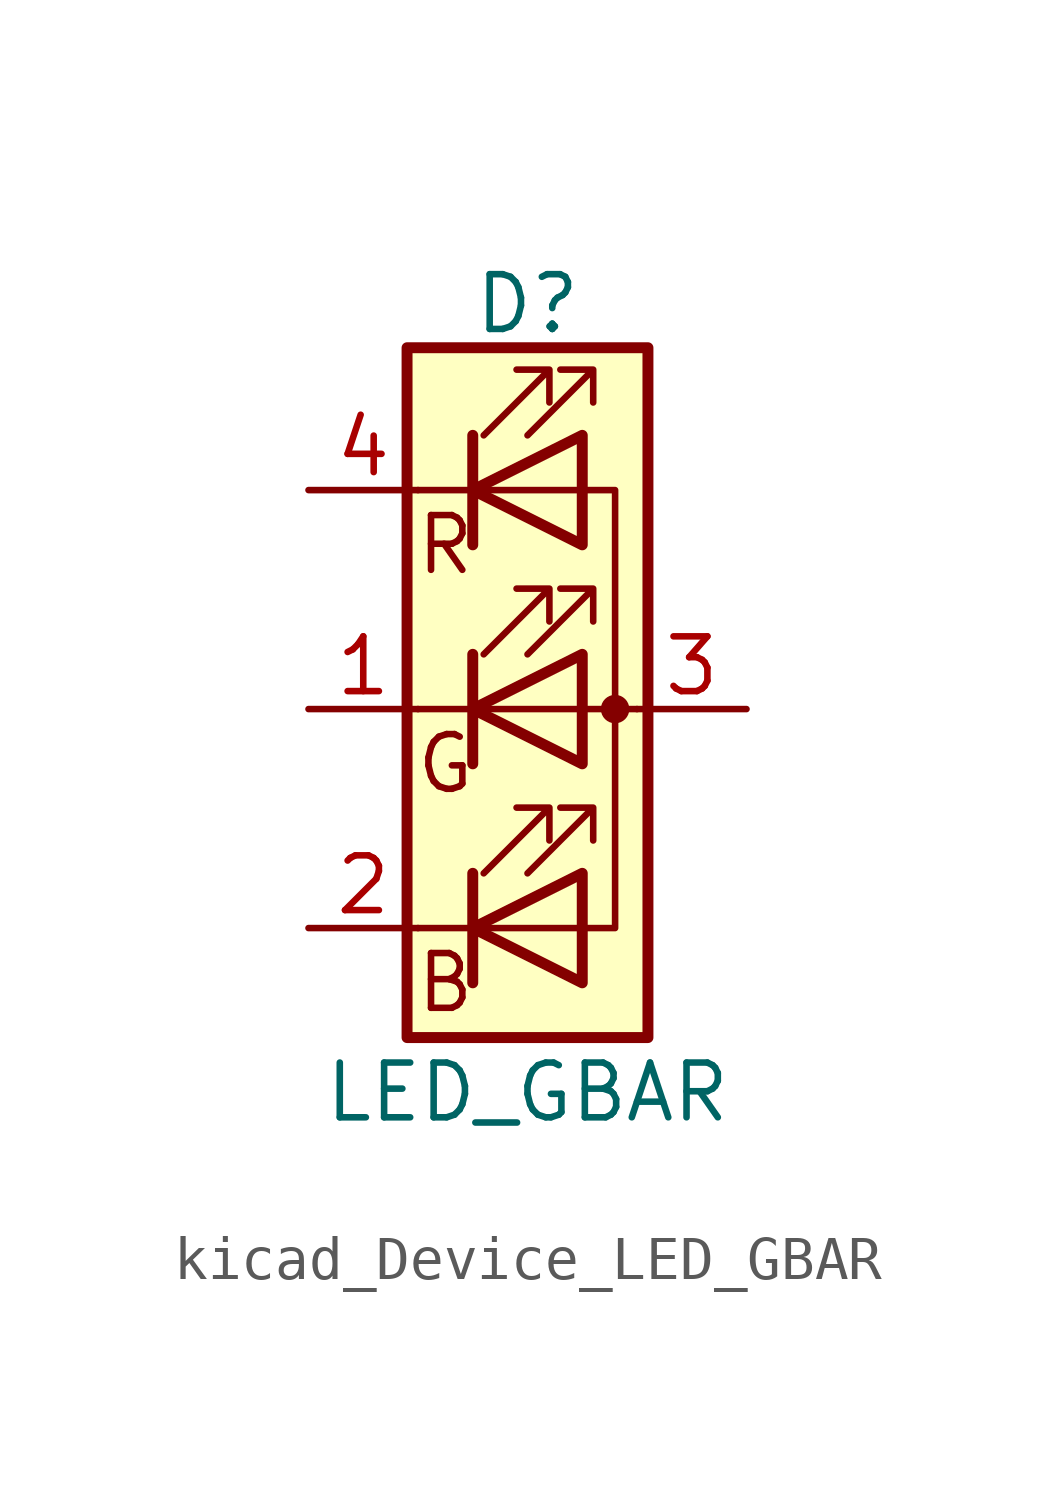
<source format=kicad_sym>
(kicad_symbol_lib
  (version 20220914)
  (generator kicad_symbol_editor)
  (symbol "kicad_Device_LED_GBAR"
    (pin_names
      (offset 0) hide)
    (property "Reference" "D"
      (at 0 9.398 0)
      (effects (font (size 1.27 1.27))))
    (property "Value" "LED_GBAR"
      (at 0 -8.89 0)
      (effects (font (size 1.27 1.27))))
    (symbol "kicad_Device_LED_GBAR_0_0"
      (text "B" (at -1.905 -6.35 0) (effects (font (size 1.27 1.27))))
      (text "G" (at -1.905 -1.27 0) (effects (font (size 1.27 1.27))))
      (text "R" (at -1.905 3.81 0) (effects (font (size 1.27 1.27)))))
    (symbol "kicad_Device_LED_GBAR_0_1"
      (polyline (pts (xy -1.27 -5.08) (xy -2.54 -5.08)) (stroke (width 0) (type default)) (fill (type none)))
      (polyline (pts (xy -1.27 -5.08) (xy 1.27 -5.08)) (stroke (width 0) (type default)) (fill (type none)))
      (polyline (pts (xy -1.27 -3.81) (xy -1.27 -6.35)) (stroke (width 0.254) (type default)) (fill (type none)))
      (polyline (pts (xy -1.27 0) (xy -2.54 0)) (stroke (width 0) (type default)) (fill (type none)))
      (polyline (pts (xy -1.27 1.27) (xy -1.27 -1.27)) (stroke (width 0.254) (type default)) (fill (type none)))
      (polyline (pts (xy -1.27 5.08) (xy -2.54 5.08)) (stroke (width 0) (type default)) (fill (type none)))
      (polyline (pts (xy -1.27 5.08) (xy 1.27 5.08)) (stroke (width 0) (type default)) (fill (type none)))
      (polyline (pts (xy -1.27 6.35) (xy -1.27 3.81)) (stroke (width 0.254) (type default)) (fill (type none)))
      (polyline (pts (xy 1.27 0) (xy -1.27 0)) (stroke (width 0) (type default)) (fill (type none)))
      (polyline (pts (xy 1.27 0) (xy 2.54 0)) (stroke (width 0) (type default)) (fill (type none)))
      (polyline (pts (xy -1.27 1.27) (xy -1.27 -1.27) (xy -1.27 -1.27)) (stroke (width 0) (type default)) (fill (type none)))
      (polyline (pts (xy -1.27 6.35) (xy -1.27 3.81) (xy -1.27 3.81)) (stroke (width 0) (type default)) (fill (type none)))
      (polyline (pts (xy 1.27 -5.08) (xy 2.032 -5.08) (xy 2.032 5.08) (xy 1.27 5.08)) (stroke (width 0) (type default)) (fill (type none)))
      (polyline (pts (xy 1.27 -3.81) (xy 1.27 -6.35) (xy -1.27 -5.08) (xy 1.27 -3.81)) (stroke (width 0.254) (type default)) (fill (type none)))
      (polyline (pts (xy 1.27 1.27) (xy 1.27 -1.27) (xy -1.27 0) (xy 1.27 1.27)) (stroke (width 0.254) (type default)) (fill (type none)))
      (polyline (pts (xy 1.27 6.35) (xy 1.27 3.81) (xy -1.27 5.08) (xy 1.27 6.35)) (stroke (width 0.254) (type default)) (fill (type none)))
      (polyline (pts (xy -1.016 -3.81) (xy 0.508 -2.286) (xy -0.254 -2.286) (xy 0.508 -2.286) (xy 0.508 -3.048)) (stroke (width 0) (type default)) (fill (type none)))
      (polyline (pts (xy -1.016 1.27) (xy 0.508 2.794) (xy -0.254 2.794) (xy 0.508 2.794) (xy 0.508 2.032)) (stroke (width 0) (type default)) (fill (type none)))
      (polyline (pts (xy -1.016 6.35) (xy 0.508 7.874) (xy -0.254 7.874) (xy 0.508 7.874) (xy 0.508 7.112)) (stroke (width 0) (type default)) (fill (type none)))
      (polyline (pts (xy 0 -3.81) (xy 1.524 -2.286) (xy 0.762 -2.286) (xy 1.524 -2.286) (xy 1.524 -3.048)) (stroke (width 0) (type default)) (fill (type none)))
      (polyline (pts (xy 0 1.27) (xy 1.524 2.794) (xy 0.762 2.794) (xy 1.524 2.794) (xy 1.524 2.032)) (stroke (width 0) (type default)) (fill (type none)))
      (polyline (pts (xy 0 6.35) (xy 1.524 7.874) (xy 0.762 7.874) (xy 1.524 7.874) (xy 1.524 7.112)) (stroke (width 0) (type default)) (fill (type none)))
      (rectangle (start 1.27 -1.27) (end 1.27 1.27) (stroke (width 0) (type default)) (fill (type none)))
      (rectangle (start 1.27 1.27) (end 1.27 1.27) (stroke (width 0) (type default)) (fill (type none)))
      (rectangle (start 1.27 3.81) (end 1.27 6.35) (stroke (width 0) (type default)) (fill (type none)))
      (rectangle (start 1.27 6.35) (end 1.27 6.35) (stroke (width 0) (type default)) (fill (type none)))
      (circle (center 2.032 0) (radius 0.254) (stroke (width 0) (type default)) (fill (type outline)))
      (rectangle (start 2.794 8.382) (end -2.794 -7.62) (stroke (width 0.254) (type default)) (fill (type background))))
    (symbol "kicad_Device_LED_GBAR_1_1"
      (pin passive line (at -5.08 0 0) (length 2.54) (name "GK" (effects (font (size 1.27 1.27)))) (number "1" (effects (font (size 1.27 1.27)))))
      (pin passive line (at -5.08 -5.08 0) (length 2.54) (name "BK" (effects (font (size 1.27 1.27)))) (number "2" (effects (font (size 1.27 1.27)))))
      (pin passive line (at 5.08 0 180) (length 2.54) (name "A" (effects (font (size 1.27 1.27)))) (number "3" (effects (font (size 1.27 1.27)))))
      (pin passive line (at -5.08 5.08 0) (length 2.54) (name "RK" (effects (font (size 1.27 1.27)))) (number "4" (effects (font (size 1.27 1.27))))))))
</source>
